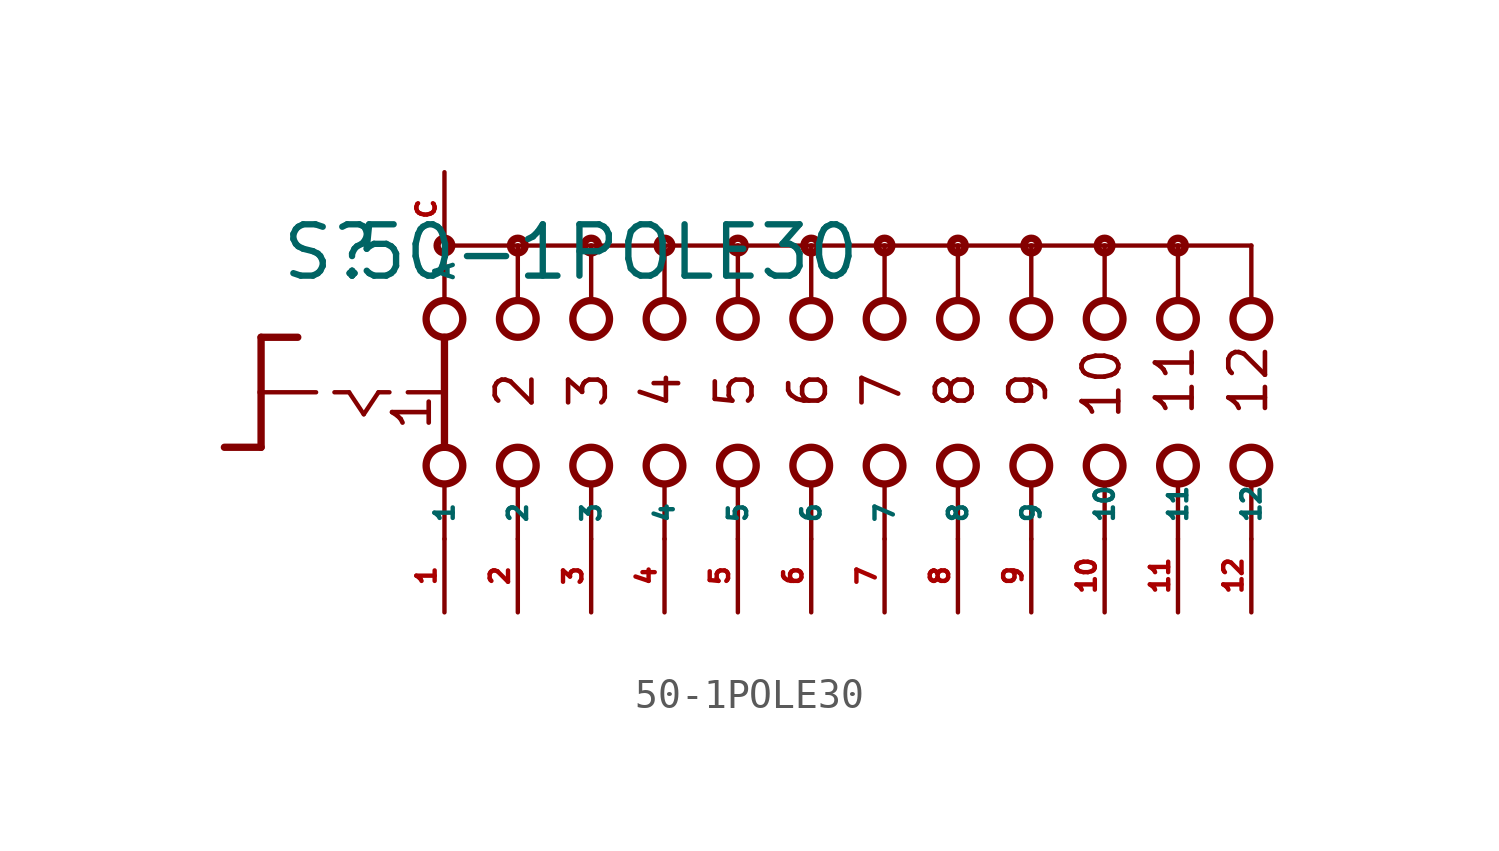
<source format=kicad_sym>
(kicad_symbol_lib
  (version 20220914)
  (generator Eagle2Kicad)
  (symbol "50-1POLE30"
    (property "Reference" "S"
      (at -18.415 3.81 0)
      (effects (font (size 1.778 1.778) (thickness 0.22)) (justify left bottom)))
    (property "Value" "50-1POLE30"
      (at -15.875 3.81 0)
      (effects (font (size 1.778 1.778) (thickness 0.22)) (justify left bottom)))
    (polyline
      (pts (xy -19.05 1.905) (xy -17.78 1.905))
      (stroke (width 0.254) (type default))
      (fill (type none)))
    (polyline
      (pts (xy -19.05 1.905) (xy -19.05 0))
      (stroke (width 0.254) (type default))
      (fill (type none)))
    (polyline
      (pts (xy -19.05 -1.905) (xy -20.32 -1.905))
      (stroke (width 0.254) (type default))
      (fill (type none)))
    (polyline
      (pts (xy -19.05 0) (xy -17.145 0))
      (stroke (width 0.152) (type default))
      (fill (type none)))
    (polyline
      (pts (xy -19.05 0) (xy -19.05 -1.905))
      (stroke (width 0.254) (type default))
      (fill (type none)))
    (polyline
      (pts (xy -16.51 0) (xy -16.002 0))
      (stroke (width 0.152) (type default))
      (fill (type none)))
    (polyline
      (pts (xy -14.986 0) (xy -14.605 0))
      (stroke (width 0.152) (type default))
      (fill (type none)))
    (polyline
      (pts (xy -13.97 0) (xy -12.827 0))
      (stroke (width 0.152) (type default))
      (fill (type none)))
    (polyline
      (pts (xy -16.002 0) (xy -15.494 -0.762))
      (stroke (width 0.152) (type default))
      (fill (type none)))
    (polyline
      (pts (xy -15.494 -0.762) (xy -14.986 0))
      (stroke (width 0.152) (type default))
      (fill (type none)))
    (polyline
      (pts (xy -10.16 3.175) (xy -10.16 5.08))
      (stroke (width 0.152) (type default))
      (fill (type none)))
    (polyline
      (pts (xy -7.62 3.175) (xy -7.62 5.08))
      (stroke (width 0.152) (type default))
      (fill (type none)))
    (polyline
      (pts (xy -5.08 3.175) (xy -5.08 5.08))
      (stroke (width 0.152) (type default))
      (fill (type none)))
    (polyline
      (pts (xy -10.16 -5.08) (xy -10.16 -3.175))
      (stroke (width 0.152) (type default))
      (fill (type none)))
    (polyline
      (pts (xy -7.62 -5.08) (xy -7.62 -3.175))
      (stroke (width 0.152) (type default))
      (fill (type none)))
    (polyline
      (pts (xy -5.08 -5.08) (xy -5.08 -3.175))
      (stroke (width 0.152) (type default))
      (fill (type none)))
    (polyline
      (pts (xy -7.62 5.08) (xy -10.16 5.08))
      (stroke (width 0.152) (type default))
      (fill (type none)))
    (polyline
      (pts (xy -7.62 5.08) (xy -5.08 5.08))
      (stroke (width 0.152) (type default))
      (fill (type none)))
    (polyline
      (pts (xy -2.54 -5.08) (xy -2.54 -3.175))
      (stroke (width 0.152) (type default))
      (fill (type none)))
    (polyline
      (pts (xy 0 -5.08) (xy 0 -3.175))
      (stroke (width 0.152) (type default))
      (fill (type none)))
    (polyline
      (pts (xy -2.54 3.175) (xy -2.54 5.08))
      (stroke (width 0.152) (type default))
      (fill (type none)))
    (polyline
      (pts (xy 0 3.175) (xy 0 5.08))
      (stroke (width 0.152) (type default))
      (fill (type none)))
    (polyline
      (pts (xy -5.08 5.08) (xy -2.54 5.08))
      (stroke (width 0.152) (type default))
      (fill (type none)))
    (polyline
      (pts (xy -2.54 5.08) (xy 0 5.08))
      (stroke (width 0.152) (type default))
      (fill (type none)))
    (polyline
      (pts (xy -12.7 5.08) (xy -12.7 3.175))
      (stroke (width 0.152) (type default))
      (fill (type none)))
    (polyline
      (pts (xy -12.7 1.905) (xy -12.7 -1.905))
      (stroke (width 0.254) (type default))
      (fill (type none)))
    (polyline
      (pts (xy -12.7 -3.175) (xy -12.7 -5.08))
      (stroke (width 0.152) (type default))
      (fill (type none)))
    (polyline
      (pts (xy -10.16 5.08) (xy -12.7 5.08))
      (stroke (width 0.152) (type default))
      (fill (type none)))
    (polyline
      (pts (xy 0 5.08) (xy 2.54 5.08))
      (stroke (width 0.152) (type default))
      (fill (type none)))
    (polyline
      (pts (xy 2.54 3.175) (xy 2.54 5.08))
      (stroke (width 0.152) (type default))
      (fill (type none)))
    (polyline
      (pts (xy 2.54 -5.08) (xy 2.54 -3.175))
      (stroke (width 0.152) (type default))
      (fill (type none)))
    (polyline
      (pts (xy 5.08 3.175) (xy 5.08 5.08))
      (stroke (width 0.152) (type default))
      (fill (type none)))
    (polyline
      (pts (xy 7.62 3.175) (xy 7.62 5.08))
      (stroke (width 0.152) (type default))
      (fill (type none)))
    (polyline
      (pts (xy 10.16 3.175) (xy 10.16 5.08))
      (stroke (width 0.152) (type default))
      (fill (type none)))
    (polyline
      (pts (xy 12.7 3.175) (xy 12.7 5.08))
      (stroke (width 0.152) (type default))
      (fill (type none)))
    (polyline
      (pts (xy 15.24 3.175) (xy 15.24 5.08))
      (stroke (width 0.152) (type default))
      (fill (type none)))
    (polyline
      (pts (xy 2.54 5.08) (xy 5.08 5.08))
      (stroke (width 0.152) (type default))
      (fill (type none)))
    (polyline
      (pts (xy 5.08 5.08) (xy 7.62 5.08))
      (stroke (width 0.152) (type default))
      (fill (type none)))
    (polyline
      (pts (xy 7.62 5.08) (xy 10.16 5.08))
      (stroke (width 0.152) (type default))
      (fill (type none)))
    (polyline
      (pts (xy 10.16 5.08) (xy 12.7 5.08))
      (stroke (width 0.152) (type default))
      (fill (type none)))
    (polyline
      (pts (xy 12.7 5.08) (xy 15.24 5.08))
      (stroke (width 0.152) (type default))
      (fill (type none)))
    (polyline
      (pts (xy 5.08 -5.08) (xy 5.08 -3.175))
      (stroke (width 0.152) (type default))
      (fill (type none)))
    (polyline
      (pts (xy 7.62 -5.08) (xy 7.62 -3.175))
      (stroke (width 0.152) (type default))
      (fill (type none)))
    (polyline
      (pts (xy 10.16 -5.08) (xy 10.16 -3.175))
      (stroke (width 0.152) (type default))
      (fill (type none)))
    (polyline
      (pts (xy 12.7 -5.08) (xy 12.7 -3.175))
      (stroke (width 0.152) (type default))
      (fill (type none)))
    (polyline
      (pts (xy 15.24 -5.08) (xy 15.24 -3.175))
      (stroke (width 0.152) (type default))
      (fill (type none)))
    (text "1"
      (at -13.081 -1.397 900)
      (effects (font (size 1.27 1.27) (thickness 0.16)) (justify left bottom)))
    (text "2"
      (at -9.525 -0.635 900)
      (effects (font (size 1.27 1.27) (thickness 0.16)) (justify left bottom)))
    (text "3"
      (at -6.985 -0.635 900)
      (effects (font (size 1.27 1.27) (thickness 0.16)) (justify left bottom)))
    (text "4"
      (at -4.445 -0.635 900)
      (effects (font (size 1.27 1.27) (thickness 0.16)) (justify left bottom)))
    (text "5"
      (at -1.905 -0.635 900)
      (effects (font (size 1.27 1.27) (thickness 0.16)) (justify left bottom)))
    (text "6"
      (at 0.635 -0.635 900)
      (effects (font (size 1.27 1.27) (thickness 0.16)) (justify left bottom)))
    (text "7"
      (at 3.175 -0.635 900)
      (effects (font (size 1.27 1.27) (thickness 0.16)) (justify left bottom)))
    (text "8"
      (at 5.715 -0.635 900)
      (effects (font (size 1.27 1.27) (thickness 0.16)) (justify left bottom)))
    (text "9"
      (at 8.255 -0.635 900)
      (effects (font (size 1.27 1.27) (thickness 0.16)) (justify left bottom)))
    (text "10"
      (at 10.795 -1.016 900)
      (effects (font (size 1.27 1.27) (thickness 0.16)) (justify left bottom)))
    (text "11"
      (at 13.335 -0.889 900)
      (effects (font (size 1.27 1.27) (thickness 0.16)) (justify left bottom)))
    (text "12"
      (at 15.875 -0.889 900)
      (effects (font (size 1.27 1.27) (thickness 0.16)) (justify left bottom)))
    (circle
      (center -7.62 5.08)
      (radius 0.254)
      (stroke (width 0.254) (type default))
      (fill (type none)))
    (circle
      (center -5.08 5.08)
      (radius 0.254)
      (stroke (width 0.254) (type default))
      (fill (type none)))
    (circle
      (center 0 5.08)
      (radius 0.254)
      (stroke (width 0.254) (type default))
      (fill (type none)))
    (circle
      (center -12.7 5.08)
      (radius 0.254)
      (stroke (width 0.254) (type default))
      (fill (type none)))
    (circle
      (center -10.16 5.08)
      (radius 0.254)
      (stroke (width 0.254) (type default))
      (fill (type none)))
    (circle
      (center -12.7 2.54)
      (radius 0.635)
      (stroke (width 0.254) (type default))
      (fill (type none)))
    (circle
      (center -10.16 2.54)
      (radius 0.635)
      (stroke (width 0.254) (type default))
      (fill (type none)))
    (circle
      (center -7.62 2.54)
      (radius 0.635)
      (stroke (width 0.254) (type default))
      (fill (type none)))
    (circle
      (center -12.7 -2.54)
      (radius 0.635)
      (stroke (width 0.254) (type default))
      (fill (type none)))
    (circle
      (center -10.16 -2.54)
      (radius 0.635)
      (stroke (width 0.254) (type default))
      (fill (type none)))
    (circle
      (center -7.62 -2.54)
      (radius 0.635)
      (stroke (width 0.254) (type default))
      (fill (type none)))
    (circle
      (center -2.54 5.08)
      (radius 0.254)
      (stroke (width 0.254) (type default))
      (fill (type none)))
    (circle
      (center -5.08 2.54)
      (radius 0.635)
      (stroke (width 0.254) (type default))
      (fill (type none)))
    (circle
      (center -2.54 2.54)
      (radius 0.635)
      (stroke (width 0.254) (type default))
      (fill (type none)))
    (circle
      (center -5.08 -2.54)
      (radius 0.635)
      (stroke (width 0.254) (type default))
      (fill (type none)))
    (circle
      (center -2.54 -2.54)
      (radius 0.635)
      (stroke (width 0.254) (type default))
      (fill (type none)))
    (circle
      (center 0 2.54)
      (radius 0.635)
      (stroke (width 0.254) (type default))
      (fill (type none)))
    (circle
      (center 0 -2.54)
      (radius 0.635)
      (stroke (width 0.254) (type default))
      (fill (type none)))
    (circle
      (center 2.54 5.08)
      (radius 0.254)
      (stroke (width 0.254) (type default))
      (fill (type none)))
    (circle
      (center 2.54 2.54)
      (radius 0.635)
      (stroke (width 0.254) (type default))
      (fill (type none)))
    (circle
      (center 2.54 -2.54)
      (radius 0.635)
      (stroke (width 0.254) (type default))
      (fill (type none)))
    (circle
      (center 5.08 2.54)
      (radius 0.635)
      (stroke (width 0.254) (type default))
      (fill (type none)))
    (circle
      (center 7.62 2.54)
      (radius 0.635)
      (stroke (width 0.254) (type default))
      (fill (type none)))
    (circle
      (center 10.16 2.54)
      (radius 0.635)
      (stroke (width 0.254) (type default))
      (fill (type none)))
    (circle
      (center 12.7 2.54)
      (radius 0.635)
      (stroke (width 0.254) (type default))
      (fill (type none)))
    (circle
      (center 15.24 2.54)
      (radius 0.635)
      (stroke (width 0.254) (type default))
      (fill (type none)))
    (circle
      (center 5.08 5.08)
      (radius 0.254)
      (stroke (width 0.254) (type default))
      (fill (type none)))
    (circle
      (center 7.62 5.08)
      (radius 0.254)
      (stroke (width 0.254) (type default))
      (fill (type none)))
    (circle
      (center 10.16 5.08)
      (radius 0.254)
      (stroke (width 0.254) (type default))
      (fill (type none)))
    (circle
      (center 12.7 5.08)
      (radius 0.254)
      (stroke (width 0.254) (type default))
      (fill (type none)))
    (circle
      (center 5.08 -2.54)
      (radius 0.635)
      (stroke (width 0.254) (type default))
      (fill (type none)))
    (circle
      (center 7.62 -2.54)
      (radius 0.635)
      (stroke (width 0.254) (type default))
      (fill (type none)))
    (circle
      (center 10.16 -2.54)
      (radius 0.635)
      (stroke (width 0.254) (type default))
      (fill (type none)))
    (circle
      (center 12.7 -2.54)
      (radius 0.635)
      (stroke (width 0.254) (type default))
      (fill (type none)))
    (circle
      (center 15.24 -2.54)
      (radius 0.635)
      (stroke (width 0.254) (type default))
      (fill (type none)))
    (pin passive line
      (at -12.7 -7.62 90)
      (length 2.54)
      (name "1" (effects (font (size 0.635 0.635) (thickness 0.08)) (justify left bottom)))
      (number "1" (effects (font (size 0.635 0.635) (thickness 0.08)) (justify left bottom))))
    (pin passive line
      (at -12.7 7.62 270)
      (length 2.54)
      (name "A" (effects (font (size 0.635 0.635) (thickness 0.08)) (justify left bottom)))
      (number "C" (effects (font (size 0.635 0.635) (thickness 0.08)) (justify left bottom))))
    (pin passive line
      (at -10.16 -7.62 90)
      (length 2.54)
      (name "2" (effects (font (size 0.635 0.635) (thickness 0.08)) (justify left bottom)))
      (number "2" (effects (font (size 0.635 0.635) (thickness 0.08)) (justify left bottom))))
    (pin passive line
      (at -7.62 -7.62 90)
      (length 2.54)
      (name "3" (effects (font (size 0.635 0.635) (thickness 0.08)) (justify left bottom)))
      (number "3" (effects (font (size 0.635 0.635) (thickness 0.08)) (justify left bottom))))
    (pin passive line
      (at -5.08 -7.62 90)
      (length 2.54)
      (name "4" (effects (font (size 0.635 0.635) (thickness 0.08)) (justify left bottom)))
      (number "4" (effects (font (size 0.635 0.635) (thickness 0.08)) (justify left bottom))))
    (pin passive line
      (at -2.54 -7.62 90)
      (length 2.54)
      (name "5" (effects (font (size 0.635 0.635) (thickness 0.08)) (justify left bottom)))
      (number "5" (effects (font (size 0.635 0.635) (thickness 0.08)) (justify left bottom))))
    (pin passive line
      (at 0 -7.62 90)
      (length 2.54)
      (name "6" (effects (font (size 0.635 0.635) (thickness 0.08)) (justify left bottom)))
      (number "6" (effects (font (size 0.635 0.635) (thickness 0.08)) (justify left bottom))))
    (pin passive line
      (at 2.54 -7.62 90)
      (length 2.54)
      (name "7" (effects (font (size 0.635 0.635) (thickness 0.08)) (justify left bottom)))
      (number "7" (effects (font (size 0.635 0.635) (thickness 0.08)) (justify left bottom))))
    (pin passive line
      (at 5.08 -7.62 90)
      (length 2.54)
      (name "8" (effects (font (size 0.635 0.635) (thickness 0.08)) (justify left bottom)))
      (number "8" (effects (font (size 0.635 0.635) (thickness 0.08)) (justify left bottom))))
    (pin passive line
      (at 7.62 -7.62 90)
      (length 2.54)
      (name "9" (effects (font (size 0.635 0.635) (thickness 0.08)) (justify left bottom)))
      (number "9" (effects (font (size 0.635 0.635) (thickness 0.08)) (justify left bottom))))
    (pin passive line
      (at 10.16 -7.62 90)
      (length 2.54)
      (name "10" (effects (font (size 0.635 0.635) (thickness 0.08)) (justify left bottom)))
      (number "10" (effects (font (size 0.635 0.635) (thickness 0.08)) (justify left bottom))))
    (pin passive line
      (at 12.7 -7.62 90)
      (length 2.54)
      (name "11" (effects (font (size 0.635 0.635) (thickness 0.08)) (justify left bottom)))
      (number "11" (effects (font (size 0.635 0.635) (thickness 0.08)) (justify left bottom))))
    (pin passive line
      (at 15.24 -7.62 90)
      (length 2.54)
      (name "12" (effects (font (size 0.635 0.635) (thickness 0.08)) (justify left bottom)))
      (number "12" (effects (font (size 0.635 0.635) (thickness 0.08)) (justify left bottom))))))
</source>
